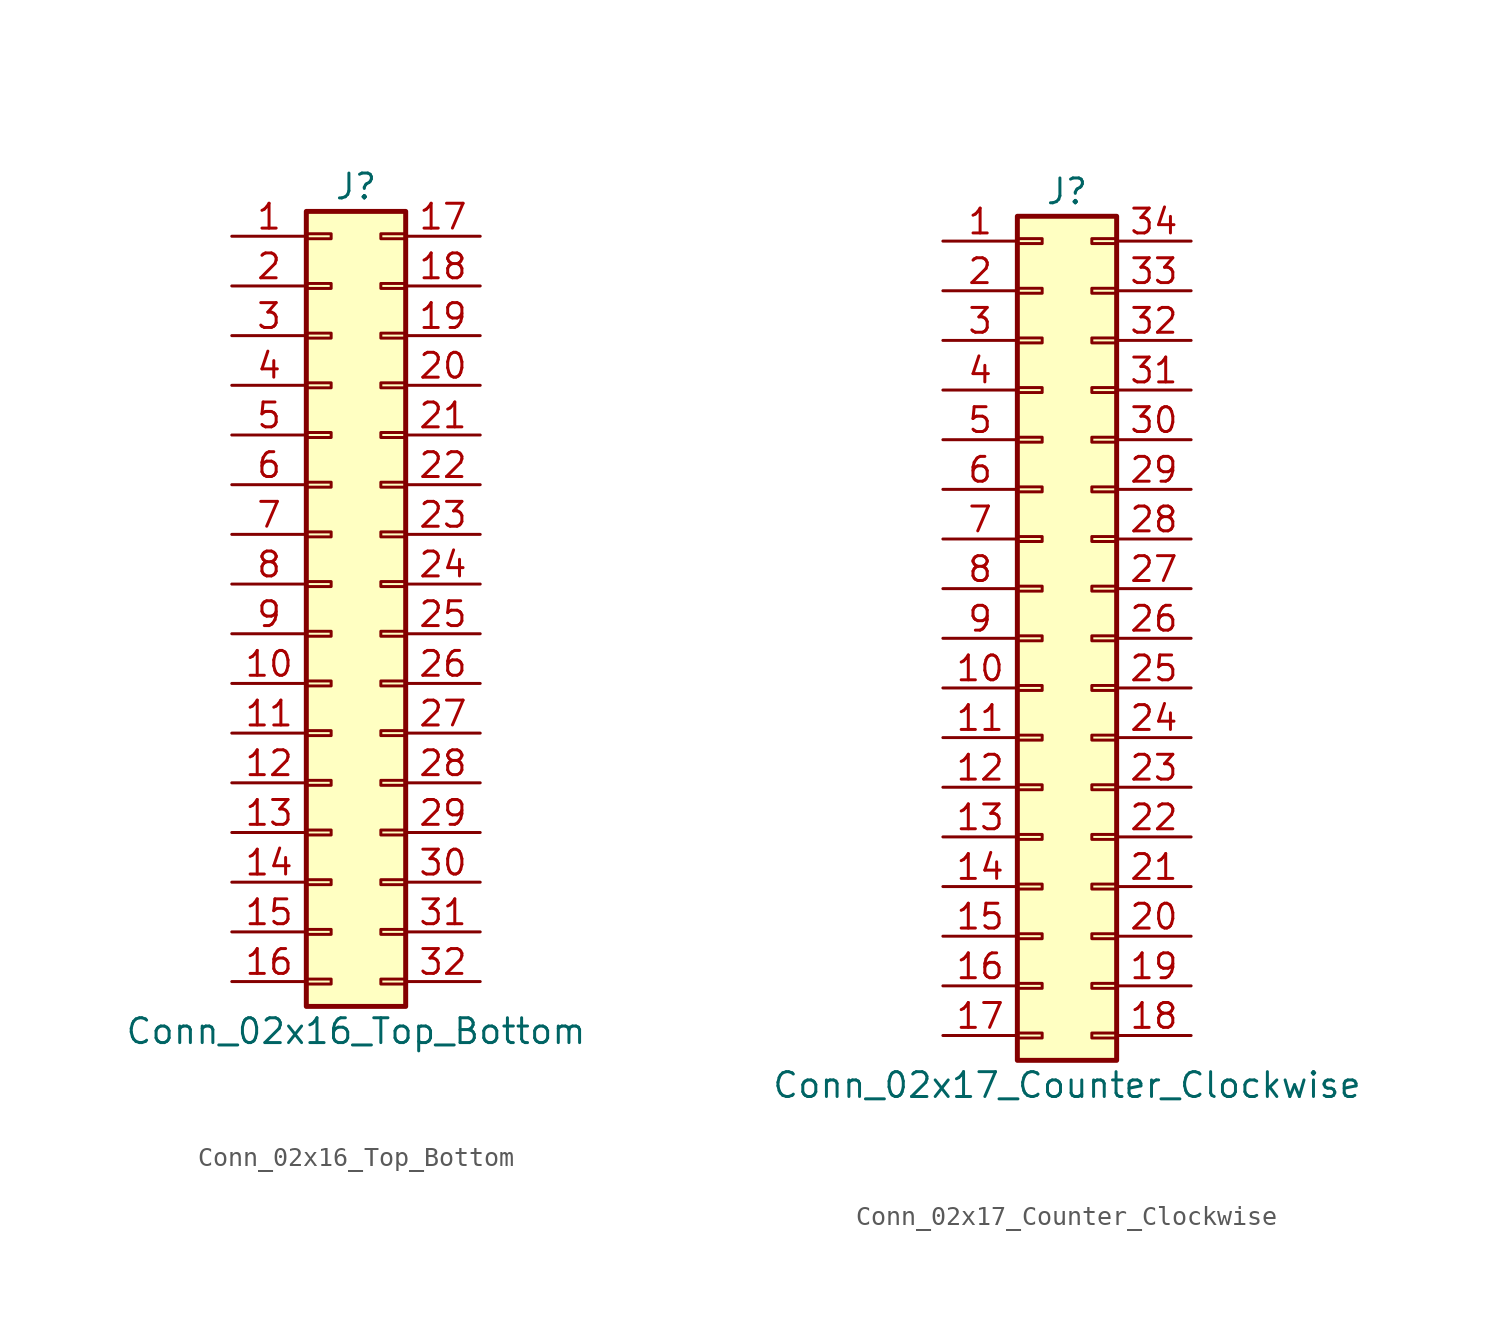
<source format=kicad_sym>
(kicad_symbol_lib
  (version 20220914)
  (generator kicad_symbol_editor)
  (symbol "Conn_02x16_Top_Bottom"
    (pin_names
      (offset 1.016) hide)
    (property "Reference" "J"
      (at 1.27 20.32 0)
      (effects (font (size 1.27 1.27))))
    (property "Value" "Conn_02x16_Top_Bottom"
      (at 1.27 -22.86 0)
      (effects (font (size 1.27 1.27))))
    (symbol "Conn_02x16_Top_Bottom_1_1"
      (rectangle (start -1.27 -20.193) (end 0 -20.447) (stroke (width 0.152) (type solid)) (fill (type none)))
      (rectangle (start -1.27 -17.653) (end 0 -17.907) (stroke (width 0.152) (type solid)) (fill (type none)))
      (rectangle (start -1.27 -15.113) (end 0 -15.367) (stroke (width 0.152) (type solid)) (fill (type none)))
      (rectangle (start -1.27 -12.573) (end 0 -12.827) (stroke (width 0.152) (type solid)) (fill (type none)))
      (rectangle (start -1.27 -10.033) (end 0 -10.287) (stroke (width 0.152) (type solid)) (fill (type none)))
      (rectangle (start -1.27 -7.493) (end 0 -7.747) (stroke (width 0.152) (type solid)) (fill (type none)))
      (rectangle (start -1.27 -4.953) (end 0 -5.207) (stroke (width 0.152) (type solid)) (fill (type none)))
      (rectangle (start -1.27 -2.413) (end 0 -2.667) (stroke (width 0.152) (type solid)) (fill (type none)))
      (rectangle (start -1.27 0.127) (end 0 -0.127) (stroke (width 0.152) (type solid)) (fill (type none)))
      (rectangle (start -1.27 2.667) (end 0 2.413) (stroke (width 0.152) (type solid)) (fill (type none)))
      (rectangle (start -1.27 5.207) (end 0 4.953) (stroke (width 0.152) (type solid)) (fill (type none)))
      (rectangle (start -1.27 7.747) (end 0 7.493) (stroke (width 0.152) (type solid)) (fill (type none)))
      (rectangle (start -1.27 10.287) (end 0 10.033) (stroke (width 0.152) (type solid)) (fill (type none)))
      (rectangle (start -1.27 12.827) (end 0 12.573) (stroke (width 0.152) (type solid)) (fill (type none)))
      (rectangle (start -1.27 15.367) (end 0 15.113) (stroke (width 0.152) (type solid)) (fill (type none)))
      (rectangle (start -1.27 17.907) (end 0 17.653) (stroke (width 0.152) (type solid)) (fill (type none)))
      (rectangle (start -1.27 19.05) (end 3.81 -21.59) (stroke (width 0.254) (type solid)) (fill (type background)))
      (rectangle (start 3.81 -20.193) (end 2.54 -20.447) (stroke (width 0.152) (type solid)) (fill (type none)))
      (rectangle (start 3.81 -17.653) (end 2.54 -17.907) (stroke (width 0.152) (type solid)) (fill (type none)))
      (rectangle (start 3.81 -15.113) (end 2.54 -15.367) (stroke (width 0.152) (type solid)) (fill (type none)))
      (rectangle (start 3.81 -12.573) (end 2.54 -12.827) (stroke (width 0.152) (type solid)) (fill (type none)))
      (rectangle (start 3.81 -10.033) (end 2.54 -10.287) (stroke (width 0.152) (type solid)) (fill (type none)))
      (rectangle (start 3.81 -7.493) (end 2.54 -7.747) (stroke (width 0.152) (type solid)) (fill (type none)))
      (rectangle (start 3.81 -4.953) (end 2.54 -5.207) (stroke (width 0.152) (type solid)) (fill (type none)))
      (rectangle (start 3.81 -2.413) (end 2.54 -2.667) (stroke (width 0.152) (type solid)) (fill (type none)))
      (rectangle (start 3.81 0.127) (end 2.54 -0.127) (stroke (width 0.152) (type solid)) (fill (type none)))
      (rectangle (start 3.81 2.667) (end 2.54 2.413) (stroke (width 0.152) (type solid)) (fill (type none)))
      (rectangle (start 3.81 5.207) (end 2.54 4.953) (stroke (width 0.152) (type solid)) (fill (type none)))
      (rectangle (start 3.81 7.747) (end 2.54 7.493) (stroke (width 0.152) (type solid)) (fill (type none)))
      (rectangle (start 3.81 10.287) (end 2.54 10.033) (stroke (width 0.152) (type solid)) (fill (type none)))
      (rectangle (start 3.81 12.827) (end 2.54 12.573) (stroke (width 0.152) (type solid)) (fill (type none)))
      (rectangle (start 3.81 15.367) (end 2.54 15.113) (stroke (width 0.152) (type solid)) (fill (type none)))
      (rectangle (start 3.81 17.907) (end 2.54 17.653) (stroke (width 0.152) (type solid)) (fill (type none)))
      (pin passive line (at -5.08 17.78 0) (length 3.81) (name "Pin_1" (effects (font (size 1.27 1.27)))) (number "1" (effects (font (size 1.27 1.27)))))
      (pin passive line (at -5.08 -5.08 0) (length 3.81) (name "Pin_10" (effects (font (size 1.27 1.27)))) (number "10" (effects (font (size 1.27 1.27)))))
      (pin passive line (at -5.08 -7.62 0) (length 3.81) (name "Pin_11" (effects (font (size 1.27 1.27)))) (number "11" (effects (font (size 1.27 1.27)))))
      (pin passive line (at -5.08 -10.16 0) (length 3.81) (name "Pin_12" (effects (font (size 1.27 1.27)))) (number "12" (effects (font (size 1.27 1.27)))))
      (pin passive line (at -5.08 -12.7 0) (length 3.81) (name "Pin_13" (effects (font (size 1.27 1.27)))) (number "13" (effects (font (size 1.27 1.27)))))
      (pin passive line (at -5.08 -15.24 0) (length 3.81) (name "Pin_14" (effects (font (size 1.27 1.27)))) (number "14" (effects (font (size 1.27 1.27)))))
      (pin passive line (at -5.08 -17.78 0) (length 3.81) (name "Pin_15" (effects (font (size 1.27 1.27)))) (number "15" (effects (font (size 1.27 1.27)))))
      (pin passive line (at -5.08 -20.32 0) (length 3.81) (name "Pin_16" (effects (font (size 1.27 1.27)))) (number "16" (effects (font (size 1.27 1.27)))))
      (pin passive line (at 7.62 17.78 180) (length 3.81) (name "Pin_17" (effects (font (size 1.27 1.27)))) (number "17" (effects (font (size 1.27 1.27)))))
      (pin passive line (at 7.62 15.24 180) (length 3.81) (name "Pin_18" (effects (font (size 1.27 1.27)))) (number "18" (effects (font (size 1.27 1.27)))))
      (pin passive line (at 7.62 12.7 180) (length 3.81) (name "Pin_19" (effects (font (size 1.27 1.27)))) (number "19" (effects (font (size 1.27 1.27)))))
      (pin passive line (at -5.08 15.24 0) (length 3.81) (name "Pin_2" (effects (font (size 1.27 1.27)))) (number "2" (effects (font (size 1.27 1.27)))))
      (pin passive line (at 7.62 10.16 180) (length 3.81) (name "Pin_20" (effects (font (size 1.27 1.27)))) (number "20" (effects (font (size 1.27 1.27)))))
      (pin passive line (at 7.62 7.62 180) (length 3.81) (name "Pin_21" (effects (font (size 1.27 1.27)))) (number "21" (effects (font (size 1.27 1.27)))))
      (pin passive line (at 7.62 5.08 180) (length 3.81) (name "Pin_22" (effects (font (size 1.27 1.27)))) (number "22" (effects (font (size 1.27 1.27)))))
      (pin passive line (at 7.62 2.54 180) (length 3.81) (name "Pin_23" (effects (font (size 1.27 1.27)))) (number "23" (effects (font (size 1.27 1.27)))))
      (pin passive line (at 7.62 0 180) (length 3.81) (name "Pin_24" (effects (font (size 1.27 1.27)))) (number "24" (effects (font (size 1.27 1.27)))))
      (pin passive line (at 7.62 -2.54 180) (length 3.81) (name "Pin_25" (effects (font (size 1.27 1.27)))) (number "25" (effects (font (size 1.27 1.27)))))
      (pin passive line (at 7.62 -5.08 180) (length 3.81) (name "Pin_26" (effects (font (size 1.27 1.27)))) (number "26" (effects (font (size 1.27 1.27)))))
      (pin passive line (at 7.62 -7.62 180) (length 3.81) (name "Pin_27" (effects (font (size 1.27 1.27)))) (number "27" (effects (font (size 1.27 1.27)))))
      (pin passive line (at 7.62 -10.16 180) (length 3.81) (name "Pin_28" (effects (font (size 1.27 1.27)))) (number "28" (effects (font (size 1.27 1.27)))))
      (pin passive line (at 7.62 -12.7 180) (length 3.81) (name "Pin_29" (effects (font (size 1.27 1.27)))) (number "29" (effects (font (size 1.27 1.27)))))
      (pin passive line (at -5.08 12.7 0) (length 3.81) (name "Pin_3" (effects (font (size 1.27 1.27)))) (number "3" (effects (font (size 1.27 1.27)))))
      (pin passive line (at 7.62 -15.24 180) (length 3.81) (name "Pin_30" (effects (font (size 1.27 1.27)))) (number "30" (effects (font (size 1.27 1.27)))))
      (pin passive line (at 7.62 -17.78 180) (length 3.81) (name "Pin_31" (effects (font (size 1.27 1.27)))) (number "31" (effects (font (size 1.27 1.27)))))
      (pin passive line (at 7.62 -20.32 180) (length 3.81) (name "Pin_32" (effects (font (size 1.27 1.27)))) (number "32" (effects (font (size 1.27 1.27)))))
      (pin passive line (at -5.08 10.16 0) (length 3.81) (name "Pin_4" (effects (font (size 1.27 1.27)))) (number "4" (effects (font (size 1.27 1.27)))))
      (pin passive line (at -5.08 7.62 0) (length 3.81) (name "Pin_5" (effects (font (size 1.27 1.27)))) (number "5" (effects (font (size 1.27 1.27)))))
      (pin passive line (at -5.08 5.08 0) (length 3.81) (name "Pin_6" (effects (font (size 1.27 1.27)))) (number "6" (effects (font (size 1.27 1.27)))))
      (pin passive line (at -5.08 2.54 0) (length 3.81) (name "Pin_7" (effects (font (size 1.27 1.27)))) (number "7" (effects (font (size 1.27 1.27)))))
      (pin passive line (at -5.08 0 0) (length 3.81) (name "Pin_8" (effects (font (size 1.27 1.27)))) (number "8" (effects (font (size 1.27 1.27)))))
      (pin passive line (at -5.08 -2.54 0) (length 3.81) (name "Pin_9" (effects (font (size 1.27 1.27)))) (number "9" (effects (font (size 1.27 1.27)))))))
  (symbol "Conn_02x17_Counter_Clockwise"
    (pin_names
      (offset 1.016) hide)
    (property "Reference" "J"
      (at 1.27 22.86 0)
      (effects (font (size 1.27 1.27))))
    (property "Value" "Conn_02x17_Counter_Clockwise"
      (at 1.27 -22.86 0)
      (effects (font (size 1.27 1.27))))
    (symbol "Conn_02x17_Counter_Clockwise_1_1"
      (rectangle (start -1.27 -20.193) (end 0 -20.447) (stroke (width 0.152) (type solid)) (fill (type none)))
      (rectangle (start -1.27 -17.653) (end 0 -17.907) (stroke (width 0.152) (type solid)) (fill (type none)))
      (rectangle (start -1.27 -15.113) (end 0 -15.367) (stroke (width 0.152) (type solid)) (fill (type none)))
      (rectangle (start -1.27 -12.573) (end 0 -12.827) (stroke (width 0.152) (type solid)) (fill (type none)))
      (rectangle (start -1.27 -10.033) (end 0 -10.287) (stroke (width 0.152) (type solid)) (fill (type none)))
      (rectangle (start -1.27 -7.493) (end 0 -7.747) (stroke (width 0.152) (type solid)) (fill (type none)))
      (rectangle (start -1.27 -4.953) (end 0 -5.207) (stroke (width 0.152) (type solid)) (fill (type none)))
      (rectangle (start -1.27 -2.413) (end 0 -2.667) (stroke (width 0.152) (type solid)) (fill (type none)))
      (rectangle (start -1.27 0.127) (end 0 -0.127) (stroke (width 0.152) (type solid)) (fill (type none)))
      (rectangle (start -1.27 2.667) (end 0 2.413) (stroke (width 0.152) (type solid)) (fill (type none)))
      (rectangle (start -1.27 5.207) (end 0 4.953) (stroke (width 0.152) (type solid)) (fill (type none)))
      (rectangle (start -1.27 7.747) (end 0 7.493) (stroke (width 0.152) (type solid)) (fill (type none)))
      (rectangle (start -1.27 10.287) (end 0 10.033) (stroke (width 0.152) (type solid)) (fill (type none)))
      (rectangle (start -1.27 12.827) (end 0 12.573) (stroke (width 0.152) (type solid)) (fill (type none)))
      (rectangle (start -1.27 15.367) (end 0 15.113) (stroke (width 0.152) (type solid)) (fill (type none)))
      (rectangle (start -1.27 17.907) (end 0 17.653) (stroke (width 0.152) (type solid)) (fill (type none)))
      (rectangle (start -1.27 20.447) (end 0 20.193) (stroke (width 0.152) (type solid)) (fill (type none)))
      (rectangle (start -1.27 21.59) (end 3.81 -21.59) (stroke (width 0.254) (type solid)) (fill (type background)))
      (rectangle (start 3.81 -20.193) (end 2.54 -20.447) (stroke (width 0.152) (type solid)) (fill (type none)))
      (rectangle (start 3.81 -17.653) (end 2.54 -17.907) (stroke (width 0.152) (type solid)) (fill (type none)))
      (rectangle (start 3.81 -15.113) (end 2.54 -15.367) (stroke (width 0.152) (type solid)) (fill (type none)))
      (rectangle (start 3.81 -12.573) (end 2.54 -12.827) (stroke (width 0.152) (type solid)) (fill (type none)))
      (rectangle (start 3.81 -10.033) (end 2.54 -10.287) (stroke (width 0.152) (type solid)) (fill (type none)))
      (rectangle (start 3.81 -7.493) (end 2.54 -7.747) (stroke (width 0.152) (type solid)) (fill (type none)))
      (rectangle (start 3.81 -4.953) (end 2.54 -5.207) (stroke (width 0.152) (type solid)) (fill (type none)))
      (rectangle (start 3.81 -2.413) (end 2.54 -2.667) (stroke (width 0.152) (type solid)) (fill (type none)))
      (rectangle (start 3.81 0.127) (end 2.54 -0.127) (stroke (width 0.152) (type solid)) (fill (type none)))
      (rectangle (start 3.81 2.667) (end 2.54 2.413) (stroke (width 0.152) (type solid)) (fill (type none)))
      (rectangle (start 3.81 5.207) (end 2.54 4.953) (stroke (width 0.152) (type solid)) (fill (type none)))
      (rectangle (start 3.81 7.747) (end 2.54 7.493) (stroke (width 0.152) (type solid)) (fill (type none)))
      (rectangle (start 3.81 10.287) (end 2.54 10.033) (stroke (width 0.152) (type solid)) (fill (type none)))
      (rectangle (start 3.81 12.827) (end 2.54 12.573) (stroke (width 0.152) (type solid)) (fill (type none)))
      (rectangle (start 3.81 15.367) (end 2.54 15.113) (stroke (width 0.152) (type solid)) (fill (type none)))
      (rectangle (start 3.81 17.907) (end 2.54 17.653) (stroke (width 0.152) (type solid)) (fill (type none)))
      (rectangle (start 3.81 20.447) (end 2.54 20.193) (stroke (width 0.152) (type solid)) (fill (type none)))
      (pin passive line (at -5.08 20.32 0) (length 3.81) (name "Pin_1" (effects (font (size 1.27 1.27)))) (number "1" (effects (font (size 1.27 1.27)))))
      (pin passive line (at -5.08 -2.54 0) (length 3.81) (name "Pin_10" (effects (font (size 1.27 1.27)))) (number "10" (effects (font (size 1.27 1.27)))))
      (pin passive line (at -5.08 -5.08 0) (length 3.81) (name "Pin_11" (effects (font (size 1.27 1.27)))) (number "11" (effects (font (size 1.27 1.27)))))
      (pin passive line (at -5.08 -7.62 0) (length 3.81) (name "Pin_12" (effects (font (size 1.27 1.27)))) (number "12" (effects (font (size 1.27 1.27)))))
      (pin passive line (at -5.08 -10.16 0) (length 3.81) (name "Pin_13" (effects (font (size 1.27 1.27)))) (number "13" (effects (font (size 1.27 1.27)))))
      (pin passive line (at -5.08 -12.7 0) (length 3.81) (name "Pin_14" (effects (font (size 1.27 1.27)))) (number "14" (effects (font (size 1.27 1.27)))))
      (pin passive line (at -5.08 -15.24 0) (length 3.81) (name "Pin_15" (effects (font (size 1.27 1.27)))) (number "15" (effects (font (size 1.27 1.27)))))
      (pin passive line (at -5.08 -17.78 0) (length 3.81) (name "Pin_16" (effects (font (size 1.27 1.27)))) (number "16" (effects (font (size 1.27 1.27)))))
      (pin passive line (at -5.08 -20.32 0) (length 3.81) (name "Pin_17" (effects (font (size 1.27 1.27)))) (number "17" (effects (font (size 1.27 1.27)))))
      (pin passive line (at 7.62 -20.32 180) (length 3.81) (name "Pin_18" (effects (font (size 1.27 1.27)))) (number "18" (effects (font (size 1.27 1.27)))))
      (pin passive line (at 7.62 -17.78 180) (length 3.81) (name "Pin_19" (effects (font (size 1.27 1.27)))) (number "19" (effects (font (size 1.27 1.27)))))
      (pin passive line (at -5.08 17.78 0) (length 3.81) (name "Pin_2" (effects (font (size 1.27 1.27)))) (number "2" (effects (font (size 1.27 1.27)))))
      (pin passive line (at 7.62 -15.24 180) (length 3.81) (name "Pin_20" (effects (font (size 1.27 1.27)))) (number "20" (effects (font (size 1.27 1.27)))))
      (pin passive line (at 7.62 -12.7 180) (length 3.81) (name "Pin_21" (effects (font (size 1.27 1.27)))) (number "21" (effects (font (size 1.27 1.27)))))
      (pin passive line (at 7.62 -10.16 180) (length 3.81) (name "Pin_22" (effects (font (size 1.27 1.27)))) (number "22" (effects (font (size 1.27 1.27)))))
      (pin passive line (at 7.62 -7.62 180) (length 3.81) (name "Pin_23" (effects (font (size 1.27 1.27)))) (number "23" (effects (font (size 1.27 1.27)))))
      (pin passive line (at 7.62 -5.08 180) (length 3.81) (name "Pin_24" (effects (font (size 1.27 1.27)))) (number "24" (effects (font (size 1.27 1.27)))))
      (pin passive line (at 7.62 -2.54 180) (length 3.81) (name "Pin_25" (effects (font (size 1.27 1.27)))) (number "25" (effects (font (size 1.27 1.27)))))
      (pin passive line (at 7.62 0 180) (length 3.81) (name "Pin_26" (effects (font (size 1.27 1.27)))) (number "26" (effects (font (size 1.27 1.27)))))
      (pin passive line (at 7.62 2.54 180) (length 3.81) (name "Pin_27" (effects (font (size 1.27 1.27)))) (number "27" (effects (font (size 1.27 1.27)))))
      (pin passive line (at 7.62 5.08 180) (length 3.81) (name "Pin_28" (effects (font (size 1.27 1.27)))) (number "28" (effects (font (size 1.27 1.27)))))
      (pin passive line (at 7.62 7.62 180) (length 3.81) (name "Pin_29" (effects (font (size 1.27 1.27)))) (number "29" (effects (font (size 1.27 1.27)))))
      (pin passive line (at -5.08 15.24 0) (length 3.81) (name "Pin_3" (effects (font (size 1.27 1.27)))) (number "3" (effects (font (size 1.27 1.27)))))
      (pin passive line (at 7.62 10.16 180) (length 3.81) (name "Pin_30" (effects (font (size 1.27 1.27)))) (number "30" (effects (font (size 1.27 1.27)))))
      (pin passive line (at 7.62 12.7 180) (length 3.81) (name "Pin_31" (effects (font (size 1.27 1.27)))) (number "31" (effects (font (size 1.27 1.27)))))
      (pin passive line (at 7.62 15.24 180) (length 3.81) (name "Pin_32" (effects (font (size 1.27 1.27)))) (number "32" (effects (font (size 1.27 1.27)))))
      (pin passive line (at 7.62 17.78 180) (length 3.81) (name "Pin_33" (effects (font (size 1.27 1.27)))) (number "33" (effects (font (size 1.27 1.27)))))
      (pin passive line (at 7.62 20.32 180) (length 3.81) (name "Pin_34" (effects (font (size 1.27 1.27)))) (number "34" (effects (font (size 1.27 1.27)))))
      (pin passive line (at -5.08 12.7 0) (length 3.81) (name "Pin_4" (effects (font (size 1.27 1.27)))) (number "4" (effects (font (size 1.27 1.27)))))
      (pin passive line (at -5.08 10.16 0) (length 3.81) (name "Pin_5" (effects (font (size 1.27 1.27)))) (number "5" (effects (font (size 1.27 1.27)))))
      (pin passive line (at -5.08 7.62 0) (length 3.81) (name "Pin_6" (effects (font (size 1.27 1.27)))) (number "6" (effects (font (size 1.27 1.27)))))
      (pin passive line (at -5.08 5.08 0) (length 3.81) (name "Pin_7" (effects (font (size 1.27 1.27)))) (number "7" (effects (font (size 1.27 1.27)))))
      (pin passive line (at -5.08 2.54 0) (length 3.81) (name "Pin_8" (effects (font (size 1.27 1.27)))) (number "8" (effects (font (size 1.27 1.27)))))
      (pin passive line (at -5.08 0 0) (length 3.81) (name "Pin_9" (effects (font (size 1.27 1.27)))) (number "9" (effects (font (size 1.27 1.27))))))))
</source>
